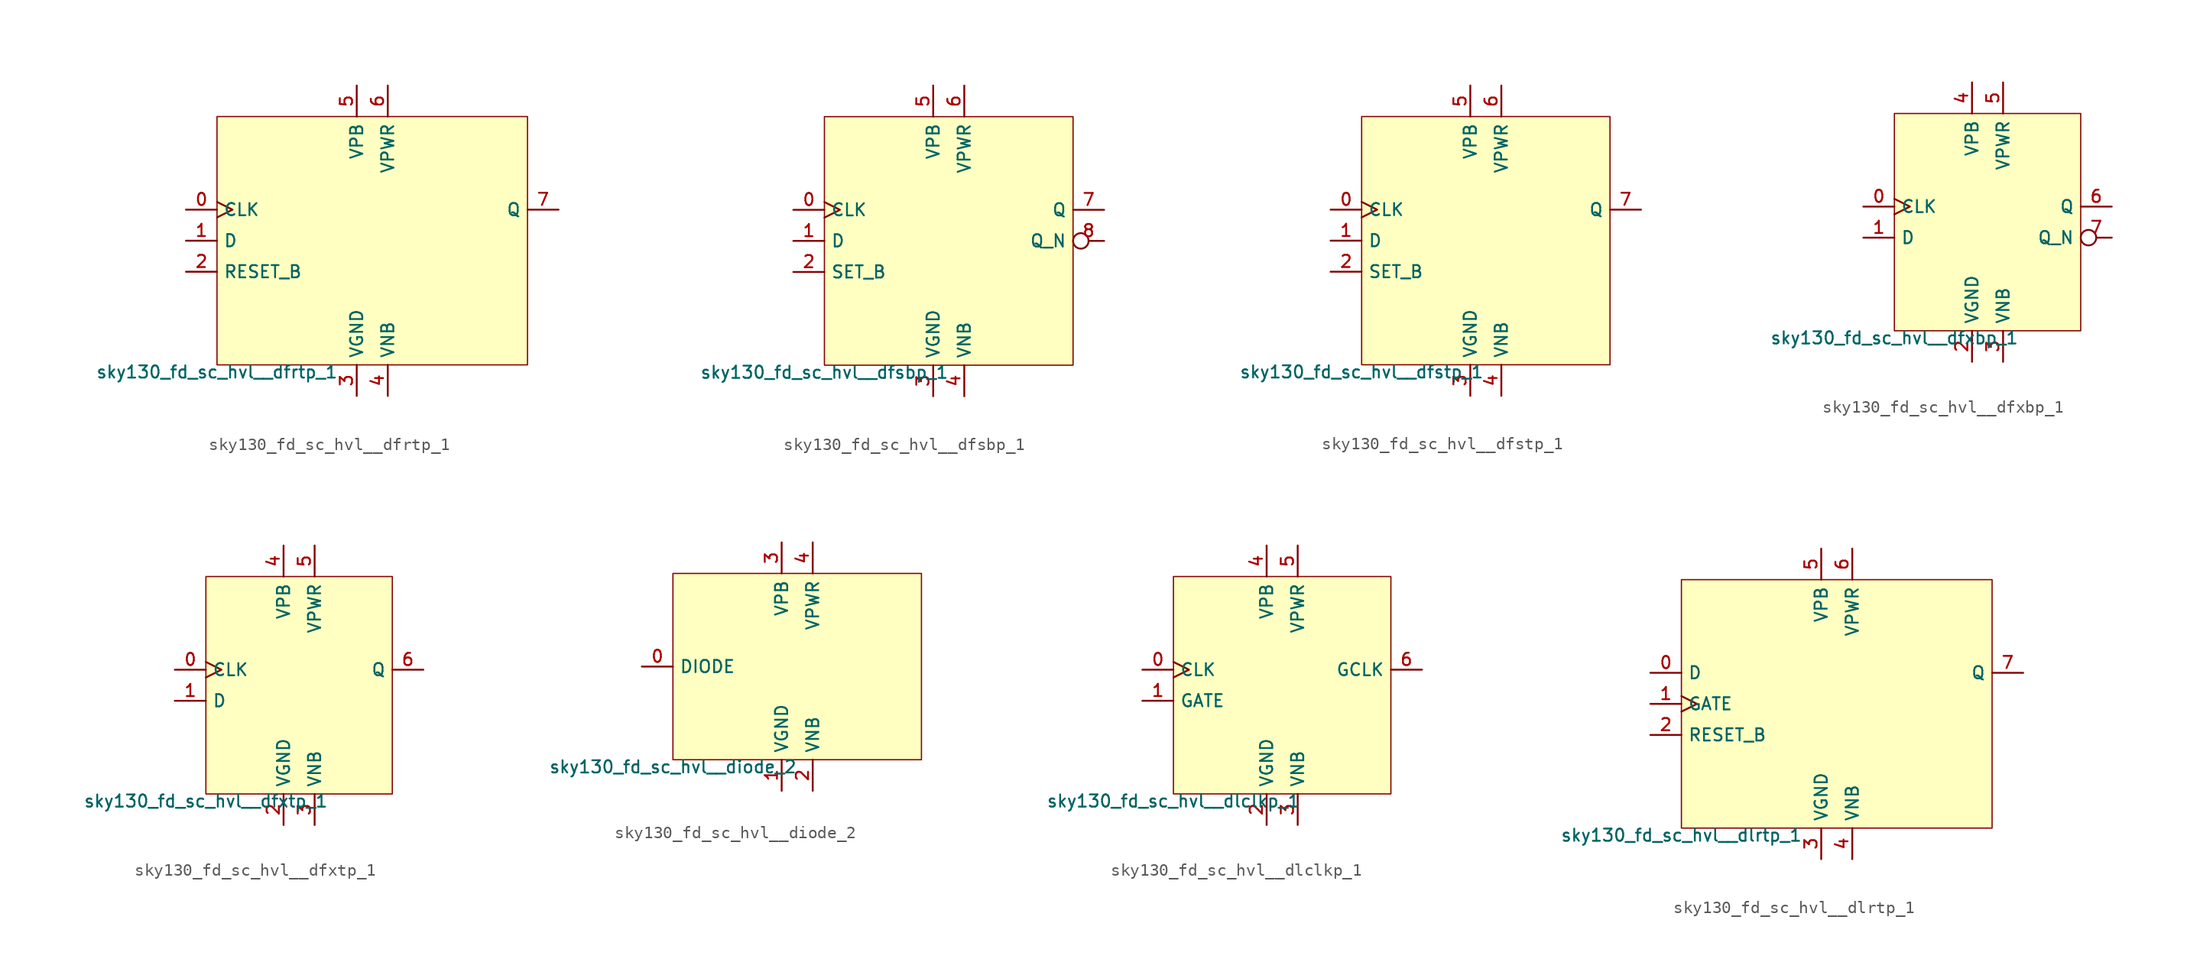
<source format=kicad_sym>
(kicad_symbol_lib
  (version 20211014)
  (generator lef2kicad_sym)
  (symbol "sky130_fd_sc_hvl__dfrtp_1"
    (property "Reference" "X"
      (at 0 0 0)
      (effects (font (size 1 1)) hide))
    (property "Value" "sky130_fd_sc_hvl__dfrtp_1"
      (at -12.7 -10.16 0)
      (effects (font (size 1 1)) (justify top)))
    (rectangle
      (start -12.7 -10.16)
      (end 12.7 10.16)
      (stroke (width 0.1) (type solid) (color 0 0 0 0))
      (fill (type background)))
    (pin input clock
      (at -15.24 2.54 0)
      (length 2.54)
      (name "CLK" (effects (font (size 1 1)) hide))
      (number "0" (effects (font (size 1 1)) hide)))
    (pin input line
      (at -15.24 0.0 0)
      (length 2.54)
      (name "D" (effects (font (size 1 1)) hide))
      (number "1" (effects (font (size 1 1)) hide)))
    (pin input line
      (at -15.24 -2.54 0)
      (length 2.54)
      (name "RESET_B" (effects (font (size 1 1)) hide))
      (number "2" (effects (font (size 1 1)) hide)))
    (pin power_in line
      (at -1.27 -12.7 90)
      (length 2.54)
      (name "VGND" (effects (font (size 1 1)) hide))
      (number "3" (effects (font (size 1 1)) hide)))
    (pin power_in line
      (at 1.27 -12.7 90)
      (length 2.54)
      (name "VNB" (effects (font (size 1 1)) hide))
      (number "4" (effects (font (size 1 1)) hide)))
    (pin power_in line
      (at -1.27 12.7 270)
      (length 2.54)
      (name "VPB" (effects (font (size 1 1)) hide))
      (number "5" (effects (font (size 1 1)) hide)))
    (pin power_in line
      (at 1.27 12.7 270)
      (length 2.54)
      (name "VPWR" (effects (font (size 1 1)) hide))
      (number "6" (effects (font (size 1 1)) hide)))
    (pin output line
      (at 15.24 2.54 180)
      (length 2.54)
      (name "Q" (effects (font (size 1 1)) hide))
      (number "7" (effects (font (size 1 1)) hide))))
  (symbol "sky130_fd_sc_hvl__dfsbp_1"
    (property "Reference" "X"
      (at 0 0 0)
      (effects (font (size 1 1)) hide))
    (property "Value" "sky130_fd_sc_hvl__dfsbp_1"
      (at -10.16 -10.16 0)
      (effects (font (size 1 1)) (justify top)))
    (rectangle
      (start -10.16 -10.16)
      (end 10.16 10.16)
      (stroke (width 0.1) (type solid) (color 0 0 0 0))
      (fill (type background)))
    (pin input clock
      (at -12.7 2.54 0)
      (length 2.54)
      (name "CLK" (effects (font (size 1 1)) hide))
      (number "0" (effects (font (size 1 1)) hide)))
    (pin input line
      (at -12.7 0.0 0)
      (length 2.54)
      (name "D" (effects (font (size 1 1)) hide))
      (number "1" (effects (font (size 1 1)) hide)))
    (pin input line
      (at -12.7 -2.54 0)
      (length 2.54)
      (name "SET_B" (effects (font (size 1 1)) hide))
      (number "2" (effects (font (size 1 1)) hide)))
    (pin power_in line
      (at -1.27 -12.7 90)
      (length 2.54)
      (name "VGND" (effects (font (size 1 1)) hide))
      (number "3" (effects (font (size 1 1)) hide)))
    (pin power_in line
      (at 1.27 -12.7 90)
      (length 2.54)
      (name "VNB" (effects (font (size 1 1)) hide))
      (number "4" (effects (font (size 1 1)) hide)))
    (pin power_in line
      (at -1.27 12.7 270)
      (length 2.54)
      (name "VPB" (effects (font (size 1 1)) hide))
      (number "5" (effects (font (size 1 1)) hide)))
    (pin power_in line
      (at 1.27 12.7 270)
      (length 2.54)
      (name "VPWR" (effects (font (size 1 1)) hide))
      (number "6" (effects (font (size 1 1)) hide)))
    (pin output line
      (at 12.7 2.54 180)
      (length 2.54)
      (name "Q" (effects (font (size 1 1)) hide))
      (number "7" (effects (font (size 1 1)) hide)))
    (pin output inverted
      (at 12.7 0.0 180)
      (length 2.54)
      (name "Q_N" (effects (font (size 1 1)) hide))
      (number "8" (effects (font (size 1 1)) hide))))
  (symbol "sky130_fd_sc_hvl__dfstp_1"
    (property "Reference" "X"
      (at 0 0 0)
      (effects (font (size 1 1)) hide))
    (property "Value" "sky130_fd_sc_hvl__dfstp_1"
      (at -10.16 -10.16 0)
      (effects (font (size 1 1)) (justify top)))
    (rectangle
      (start -10.16 -10.16)
      (end 10.16 10.16)
      (stroke (width 0.1) (type solid) (color 0 0 0 0))
      (fill (type background)))
    (pin input clock
      (at -12.7 2.54 0)
      (length 2.54)
      (name "CLK" (effects (font (size 1 1)) hide))
      (number "0" (effects (font (size 1 1)) hide)))
    (pin input line
      (at -12.7 0.0 0)
      (length 2.54)
      (name "D" (effects (font (size 1 1)) hide))
      (number "1" (effects (font (size 1 1)) hide)))
    (pin input line
      (at -12.7 -2.54 0)
      (length 2.54)
      (name "SET_B" (effects (font (size 1 1)) hide))
      (number "2" (effects (font (size 1 1)) hide)))
    (pin power_in line
      (at -1.27 -12.7 90)
      (length 2.54)
      (name "VGND" (effects (font (size 1 1)) hide))
      (number "3" (effects (font (size 1 1)) hide)))
    (pin power_in line
      (at 1.27 -12.7 90)
      (length 2.54)
      (name "VNB" (effects (font (size 1 1)) hide))
      (number "4" (effects (font (size 1 1)) hide)))
    (pin power_in line
      (at -1.27 12.7 270)
      (length 2.54)
      (name "VPB" (effects (font (size 1 1)) hide))
      (number "5" (effects (font (size 1 1)) hide)))
    (pin power_in line
      (at 1.27 12.7 270)
      (length 2.54)
      (name "VPWR" (effects (font (size 1 1)) hide))
      (number "6" (effects (font (size 1 1)) hide)))
    (pin output line
      (at 12.7 2.54 180)
      (length 2.54)
      (name "Q" (effects (font (size 1 1)) hide))
      (number "7" (effects (font (size 1 1)) hide))))
  (symbol "sky130_fd_sc_hvl__dfxbp_1"
    (property "Reference" "X"
      (at 0 0 0)
      (effects (font (size 1 1)) hide))
    (property "Value" "sky130_fd_sc_hvl__dfxbp_1"
      (at -7.62 -8.89 0)
      (effects (font (size 1 1)) (justify top)))
    (rectangle
      (start -7.62 -8.89)
      (end 7.62 8.89)
      (stroke (width 0.1) (type solid) (color 0 0 0 0))
      (fill (type background)))
    (pin input clock
      (at -10.16 1.27 0)
      (length 2.54)
      (name "CLK" (effects (font (size 1 1)) hide))
      (number "0" (effects (font (size 1 1)) hide)))
    (pin input line
      (at -10.16 -1.27 0)
      (length 2.54)
      (name "D" (effects (font (size 1 1)) hide))
      (number "1" (effects (font (size 1 1)) hide)))
    (pin power_in line
      (at -1.27 -11.43 90)
      (length 2.54)
      (name "VGND" (effects (font (size 1 1)) hide))
      (number "2" (effects (font (size 1 1)) hide)))
    (pin power_in line
      (at 1.27 -11.43 90)
      (length 2.54)
      (name "VNB" (effects (font (size 1 1)) hide))
      (number "3" (effects (font (size 1 1)) hide)))
    (pin power_in line
      (at -1.27 11.43 270)
      (length 2.54)
      (name "VPB" (effects (font (size 1 1)) hide))
      (number "4" (effects (font (size 1 1)) hide)))
    (pin power_in line
      (at 1.27 11.43 270)
      (length 2.54)
      (name "VPWR" (effects (font (size 1 1)) hide))
      (number "5" (effects (font (size 1 1)) hide)))
    (pin output line
      (at 10.16 1.27 180)
      (length 2.54)
      (name "Q" (effects (font (size 1 1)) hide))
      (number "6" (effects (font (size 1 1)) hide)))
    (pin output inverted
      (at 10.16 -1.27 180)
      (length 2.54)
      (name "Q_N" (effects (font (size 1 1)) hide))
      (number "7" (effects (font (size 1 1)) hide))))
  (symbol "sky130_fd_sc_hvl__dfxtp_1"
    (property "Reference" "X"
      (at 0 0 0)
      (effects (font (size 1 1)) hide))
    (property "Value" "sky130_fd_sc_hvl__dfxtp_1"
      (at -7.62 -8.89 0)
      (effects (font (size 1 1)) (justify top)))
    (rectangle
      (start -7.62 -8.89)
      (end 7.62 8.89)
      (stroke (width 0.1) (type solid) (color 0 0 0 0))
      (fill (type background)))
    (pin input clock
      (at -10.16 1.27 0)
      (length 2.54)
      (name "CLK" (effects (font (size 1 1)) hide))
      (number "0" (effects (font (size 1 1)) hide)))
    (pin input line
      (at -10.16 -1.27 0)
      (length 2.54)
      (name "D" (effects (font (size 1 1)) hide))
      (number "1" (effects (font (size 1 1)) hide)))
    (pin power_in line
      (at -1.27 -11.43 90)
      (length 2.54)
      (name "VGND" (effects (font (size 1 1)) hide))
      (number "2" (effects (font (size 1 1)) hide)))
    (pin power_in line
      (at 1.27 -11.43 90)
      (length 2.54)
      (name "VNB" (effects (font (size 1 1)) hide))
      (number "3" (effects (font (size 1 1)) hide)))
    (pin power_in line
      (at -1.27 11.43 270)
      (length 2.54)
      (name "VPB" (effects (font (size 1 1)) hide))
      (number "4" (effects (font (size 1 1)) hide)))
    (pin power_in line
      (at 1.27 11.43 270)
      (length 2.54)
      (name "VPWR" (effects (font (size 1 1)) hide))
      (number "5" (effects (font (size 1 1)) hide)))
    (pin output line
      (at 10.16 1.27 180)
      (length 2.54)
      (name "Q" (effects (font (size 1 1)) hide))
      (number "6" (effects (font (size 1 1)) hide))))
  (symbol "sky130_fd_sc_hvl__diode_2"
    (property "Reference" "X"
      (at 0 0 0)
      (effects (font (size 1 1)) hide))
    (property "Value" "sky130_fd_sc_hvl__diode_2"
      (at -10.16 -7.62 0)
      (effects (font (size 1 1)) (justify top)))
    (rectangle
      (start -10.16 -7.62)
      (end 10.16 7.62)
      (stroke (width 0.1) (type solid) (color 0 0 0 0))
      (fill (type background)))
    (pin input line
      (at -12.7 0.0 0)
      (length 2.54)
      (name "DIODE" (effects (font (size 1 1)) hide))
      (number "0" (effects (font (size 1 1)) hide)))
    (pin power_in line
      (at -1.27 -10.16 90)
      (length 2.54)
      (name "VGND" (effects (font (size 1 1)) hide))
      (number "1" (effects (font (size 1 1)) hide)))
    (pin power_in line
      (at 1.27 -10.16 90)
      (length 2.54)
      (name "VNB" (effects (font (size 1 1)) hide))
      (number "2" (effects (font (size 1 1)) hide)))
    (pin power_in line
      (at -1.27 10.16 270)
      (length 2.54)
      (name "VPB" (effects (font (size 1 1)) hide))
      (number "3" (effects (font (size 1 1)) hide)))
    (pin power_in line
      (at 1.27 10.16 270)
      (length 2.54)
      (name "VPWR" (effects (font (size 1 1)) hide))
      (number "4" (effects (font (size 1 1)) hide))))
  (symbol "sky130_fd_sc_hvl__dlclkp_1"
    (property "Reference" "X"
      (at 0 0 0)
      (effects (font (size 1 1)) hide))
    (property "Value" "sky130_fd_sc_hvl__dlclkp_1"
      (at -8.89 -8.89 0)
      (effects (font (size 1 1)) (justify top)))
    (rectangle
      (start -8.89 -8.89)
      (end 8.89 8.89)
      (stroke (width 0.1) (type solid) (color 0 0 0 0))
      (fill (type background)))
    (pin input clock
      (at -11.43 1.27 0)
      (length 2.54)
      (name "CLK" (effects (font (size 1 1)) hide))
      (number "0" (effects (font (size 1 1)) hide)))
    (pin input line
      (at -11.43 -1.27 0)
      (length 2.54)
      (name "GATE" (effects (font (size 1 1)) hide))
      (number "1" (effects (font (size 1 1)) hide)))
    (pin power_in line
      (at -1.27 -11.43 90)
      (length 2.54)
      (name "VGND" (effects (font (size 1 1)) hide))
      (number "2" (effects (font (size 1 1)) hide)))
    (pin power_in line
      (at 1.27 -11.43 90)
      (length 2.54)
      (name "VNB" (effects (font (size 1 1)) hide))
      (number "3" (effects (font (size 1 1)) hide)))
    (pin power_in line
      (at -1.27 11.43 270)
      (length 2.54)
      (name "VPB" (effects (font (size 1 1)) hide))
      (number "4" (effects (font (size 1 1)) hide)))
    (pin power_in line
      (at 1.27 11.43 270)
      (length 2.54)
      (name "VPWR" (effects (font (size 1 1)) hide))
      (number "5" (effects (font (size 1 1)) hide)))
    (pin output line
      (at 11.43 1.27 180)
      (length 2.54)
      (name "GCLK" (effects (font (size 1 1)) hide))
      (number "6" (effects (font (size 1 1)) hide))))
  (symbol "sky130_fd_sc_hvl__dlrtp_1"
    (property "Reference" "X"
      (at 0 0 0)
      (effects (font (size 1 1)) hide))
    (property "Value" "sky130_fd_sc_hvl__dlrtp_1"
      (at -12.7 -10.16 0)
      (effects (font (size 1 1)) (justify top)))
    (rectangle
      (start -12.7 -10.16)
      (end 12.7 10.16)
      (stroke (width 0.1) (type solid) (color 0 0 0 0))
      (fill (type background)))
    (pin input line
      (at -15.24 2.54 0)
      (length 2.54)
      (name "D" (effects (font (size 1 1)) hide))
      (number "0" (effects (font (size 1 1)) hide)))
    (pin input clock
      (at -15.24 0.0 0)
      (length 2.54)
      (name "GATE" (effects (font (size 1 1)) hide))
      (number "1" (effects (font (size 1 1)) hide)))
    (pin input line
      (at -15.24 -2.54 0)
      (length 2.54)
      (name "RESET_B" (effects (font (size 1 1)) hide))
      (number "2" (effects (font (size 1 1)) hide)))
    (pin power_in line
      (at -1.27 -12.7 90)
      (length 2.54)
      (name "VGND" (effects (font (size 1 1)) hide))
      (number "3" (effects (font (size 1 1)) hide)))
    (pin power_in line
      (at 1.27 -12.7 90)
      (length 2.54)
      (name "VNB" (effects (font (size 1 1)) hide))
      (number "4" (effects (font (size 1 1)) hide)))
    (pin power_in line
      (at -1.27 12.7 270)
      (length 2.54)
      (name "VPB" (effects (font (size 1 1)) hide))
      (number "5" (effects (font (size 1 1)) hide)))
    (pin power_in line
      (at 1.27 12.7 270)
      (length 2.54)
      (name "VPWR" (effects (font (size 1 1)) hide))
      (number "6" (effects (font (size 1 1)) hide)))
    (pin output line
      (at 15.24 2.54 180)
      (length 2.54)
      (name "Q" (effects (font (size 1 1)) hide))
      (number "7" (effects (font (size 1 1)) hide)))))
</source>
